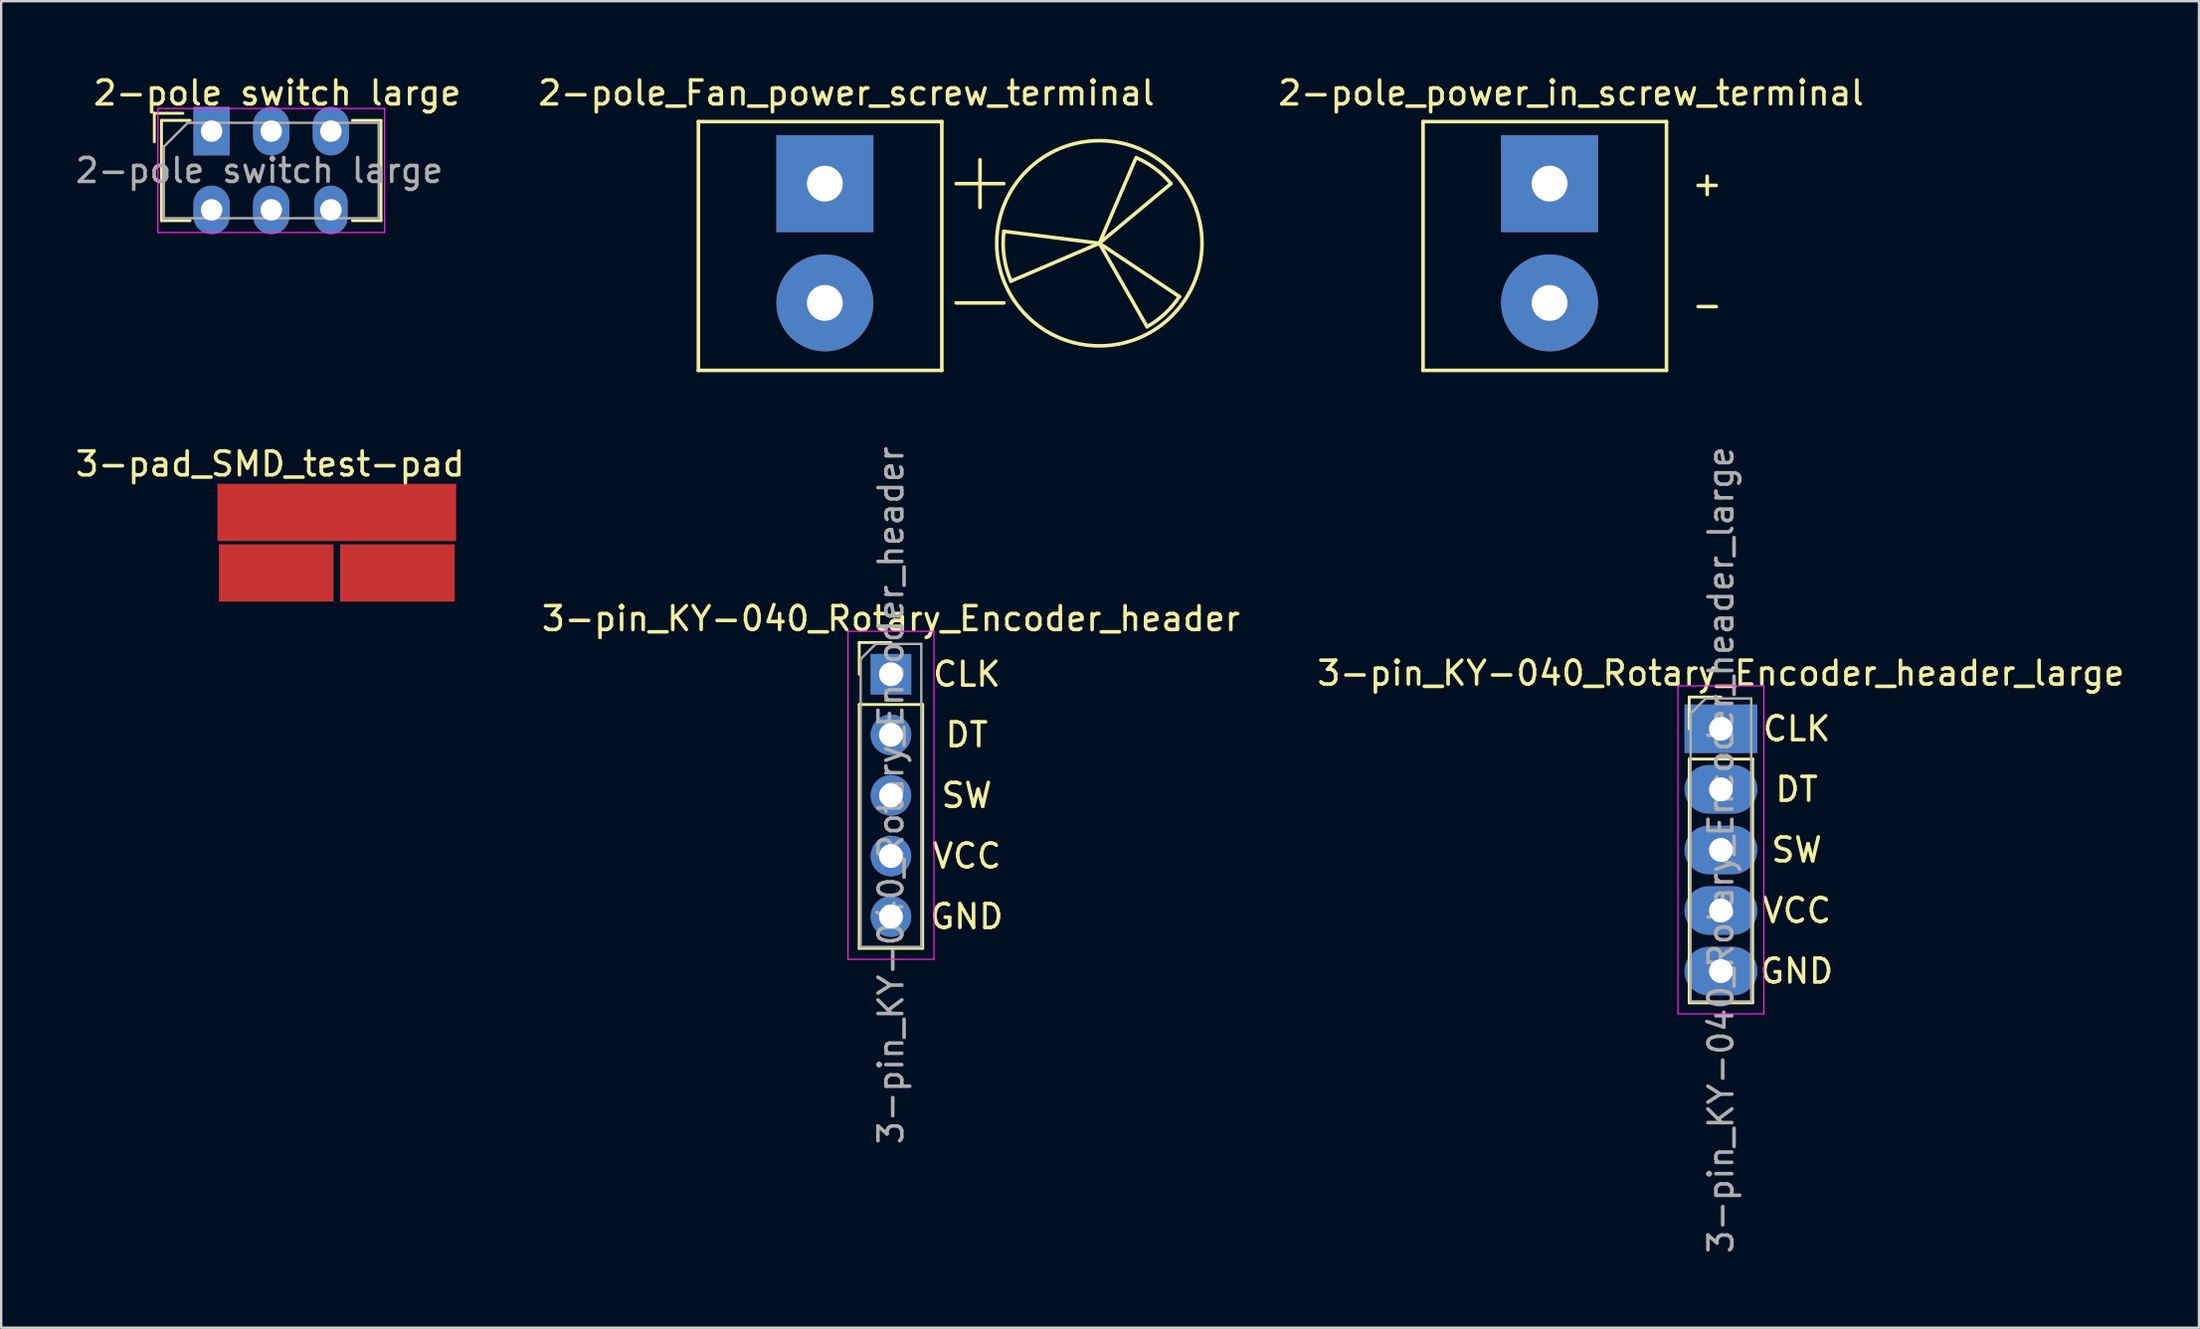
<source format=kicad_pcb>
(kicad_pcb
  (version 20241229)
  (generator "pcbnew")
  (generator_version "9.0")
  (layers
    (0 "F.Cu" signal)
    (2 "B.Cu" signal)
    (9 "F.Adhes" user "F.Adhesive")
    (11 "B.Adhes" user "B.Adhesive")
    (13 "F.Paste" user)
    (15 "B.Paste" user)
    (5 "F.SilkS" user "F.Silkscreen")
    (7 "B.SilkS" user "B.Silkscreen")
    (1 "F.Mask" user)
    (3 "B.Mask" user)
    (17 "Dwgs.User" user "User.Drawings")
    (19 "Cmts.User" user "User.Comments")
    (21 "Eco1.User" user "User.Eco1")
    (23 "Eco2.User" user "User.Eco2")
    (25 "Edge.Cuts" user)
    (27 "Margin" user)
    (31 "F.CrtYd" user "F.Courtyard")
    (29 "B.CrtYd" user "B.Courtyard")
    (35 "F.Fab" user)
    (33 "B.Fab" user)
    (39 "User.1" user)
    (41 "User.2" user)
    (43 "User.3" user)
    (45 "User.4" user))
  (footprint "3-pad_SMD_test-pad"
    (layer "F.Cu")
    (at 11.062 19.701)
    (property "Reference" "3-pad_SMD_test-pad" (at -2.794 -3.302 0) (layer "F.SilkS") (effects (font (size 1 1) (thickness 0.15))))
    (attr through_hole)
    (pad "1" smd rect (at -2.54 1.27) (size 4.8 2.4) (layers "F.Cu" "F.Mask" "F.Paste"))
    (pad "2" smd rect (at 2.54 1.27) (size 4.8 2.4) (layers "F.Cu" "F.Mask" "F.Paste"))
    (pad "3" smd rect (at 0 -1.27) (size 10 2.4) (layers "F.Cu" "F.Mask" "F.Paste")))
  (footprint "3-pin_KY-040_Rotary_Encoder_header"
    (layer "F.Cu")
    (at 34.28 25.215)
    (property "Reference" "3-pin_KY-040_Rotary_Encoder_header" (at 0 -2.33 0) (layer "F.SilkS") (effects (font (size 1 1) (thickness 0.15))))
    (attr through_hole)
    (fp_line (start -1.33 -1.33) (end 0 -1.33) (stroke (width 0.12) (type solid)) (layer "F.SilkS"))
    (fp_line (start -1.33 0) (end -1.33 -1.33) (stroke (width 0.12) (type solid)) (layer "F.SilkS"))
    (fp_line (start -1.33 1.27) (end -1.33 11.49) (stroke (width 0.12) (type solid)) (layer "F.SilkS"))
    (fp_line (start -1.33 1.27) (end 1.33 1.27) (stroke (width 0.12) (type solid)) (layer "F.SilkS"))
    (fp_line (start -1.33 11.49) (end 1.33 11.49) (stroke (width 0.12) (type solid)) (layer "F.SilkS"))
    (fp_line (start 1.33 1.27) (end 1.33 11.49) (stroke (width 0.12) (type solid)) (layer "F.SilkS"))
    (fp_line (start -1.8 -1.8) (end -1.8 11.95) (stroke (width 0.05) (type solid)) (layer "F.CrtYd"))
    (fp_line (start -1.8 11.95) (end 1.8 11.95) (stroke (width 0.05) (type solid)) (layer "F.CrtYd"))
    (fp_line (start 1.8 -1.8) (end -1.8 -1.8) (stroke (width 0.05) (type solid)) (layer "F.CrtYd"))
    (fp_line (start 1.8 11.95) (end 1.8 -1.8) (stroke (width 0.05) (type solid)) (layer "F.CrtYd"))
    (fp_line (start -1.27 -0.635) (end -0.635 -1.27) (stroke (width 0.1) (type solid)) (layer "F.Fab"))
    (fp_line (start -1.27 11.43) (end -1.27 -0.635) (stroke (width 0.1) (type solid)) (layer "F.Fab"))
    (fp_line (start -0.635 -1.27) (end 1.27 -1.27) (stroke (width 0.1) (type solid)) (layer "F.Fab"))
    (fp_line (start 1.27 -1.27) (end 1.27 11.43) (stroke (width 0.1) (type solid)) (layer "F.Fab"))
    (fp_line (start 1.27 11.43) (end -1.27 11.43) (stroke (width 0.1) (type solid)) (layer "F.Fab"))
    (fp_text user "CLK" (at 3.175 0 0) (layer "F.SilkS") (effects (font (size 1 1) (thickness 0.15))))
    (fp_text user "GND" (at 3.175 10.16 0) (layer "F.SilkS") (effects (font (size 1 1) (thickness 0.15))))
    (fp_text user "VCC" (at 3.175 7.62 0) (layer "F.SilkS") (effects (font (size 1 1) (thickness 0.15))))
    (fp_text user "SW" (at 3.175 5.08 0) (layer "F.SilkS") (effects (font (size 1 1) (thickness 0.15))))
    (fp_text user "DT" (at 3.175 2.54 0) (layer "F.SilkS") (effects (font (size 1 1) (thickness 0.15))))
    (fp_text user "${REFERENCE}" (at 0 5.08 90) (layer "F.Fab") (effects (font (size 1 1) (thickness 0.15))))
    (pad "1" thru_hole rect (at 0 0) (size 1.7 1.7) (drill 1) (layers "*.Cu" "*.Mask"))
    (pad "2" thru_hole oval (at 0 2.54) (size 1.7 1.7) (drill 1) (layers "*.Cu" "*.Mask"))
    (pad "3" thru_hole oval (at 0 5.08) (size 1.7 1.7) (drill 1) (layers "*.Cu" "*.Mask"))
    (pad "4" thru_hole oval (at 0 7.62) (size 1.7 1.7) (drill 1) (layers "*.Cu" "*.Mask"))
    (pad "5" thru_hole oval (at 0 10.16) (size 1.7 1.7) (drill 1) (layers "*.Cu" "*.Mask")))
  (footprint "3-pin_KY-040_Rotary_Encoder_header_large"
    (layer "F.Cu")
    (at 69.054 27.501)
    (property "Reference" "3-pin_KY-040_Rotary_Encoder_header_large" (at 0 -2.33 0) (layer "F.SilkS") (effects (font (size 1 1) (thickness 0.15))))
    (attr through_hole)
    (fp_line (start -1.33 -1.33) (end 0 -1.33) (stroke (width 0.12) (type solid)) (layer "F.SilkS"))
    (fp_line (start -1.33 0) (end -1.33 -1.33) (stroke (width 0.12) (type solid)) (layer "F.SilkS"))
    (fp_line (start -1.33 1.27) (end -1.33 11.49) (stroke (width 0.12) (type solid)) (layer "F.SilkS"))
    (fp_line (start -1.33 1.27) (end 1.33 1.27) (stroke (width 0.12) (type solid)) (layer "F.SilkS"))
    (fp_line (start -1.33 11.49) (end 1.33 11.49) (stroke (width 0.12) (type solid)) (layer "F.SilkS"))
    (fp_line (start 1.33 1.27) (end 1.33 11.49) (stroke (width 0.12) (type solid)) (layer "F.SilkS"))
    (fp_line (start -1.8 -1.8) (end -1.8 11.95) (stroke (width 0.05) (type solid)) (layer "F.CrtYd"))
    (fp_line (start -1.8 11.95) (end 1.8 11.95) (stroke (width 0.05) (type solid)) (layer "F.CrtYd"))
    (fp_line (start 1.8 -1.8) (end -1.8 -1.8) (stroke (width 0.05) (type solid)) (layer "F.CrtYd"))
    (fp_line (start 1.8 11.95) (end 1.8 -1.8) (stroke (width 0.05) (type solid)) (layer "F.CrtYd"))
    (fp_line (start -1.27 -0.635) (end -0.635 -1.27) (stroke (width 0.1) (type solid)) (layer "F.Fab"))
    (fp_line (start -1.27 11.43) (end -1.27 -0.635) (stroke (width 0.1) (type solid)) (layer "F.Fab"))
    (fp_line (start -0.635 -1.27) (end 1.27 -1.27) (stroke (width 0.1) (type solid)) (layer "F.Fab"))
    (fp_line (start 1.27 -1.27) (end 1.27 11.43) (stroke (width 0.1) (type solid)) (layer "F.Fab"))
    (fp_line (start 1.27 11.43) (end -1.27 11.43) (stroke (width 0.1) (type solid)) (layer "F.Fab"))
    (fp_text user "CLK" (at 3.175 0 0) (layer "F.SilkS") (effects (font (size 1 1) (thickness 0.15))))
    (fp_text user "SW" (at 3.175 5.08 0) (layer "F.SilkS") (effects (font (size 1 1) (thickness 0.15))))
    (fp_text user "VCC" (at 3.175 7.62 0) (layer "F.SilkS") (effects (font (size 1 1) (thickness 0.15))))
    (fp_text user "GND" (at 3.175 10.16 0) (layer "F.SilkS") (effects (font (size 1 1) (thickness 0.15))))
    (fp_text user "DT" (at 3.175 2.54 0) (layer "F.SilkS") (effects (font (size 1 1) (thickness 0.15))))
    (fp_text user "${REFERENCE}" (at 0 5.08 90) (layer "F.Fab") (effects (font (size 1 1) (thickness 0.15))))
    (pad "1" thru_hole rect (at 0 0) (size 3.048 2.032) (drill 1) (layers "*.Cu" "*.Mask"))
    (pad "2" thru_hole oval (at 0 2.54) (size 3.048 2.032) (drill 1) (layers "*.Cu" "*.Mask"))
    (pad "3" thru_hole oval (at 0 5.08) (size 3.048 2.032) (drill 1) (layers "*.Cu" "*.Mask"))
    (pad "4" thru_hole oval (at 0 7.62) (size 3.048 2.032) (drill 1) (layers "*.Cu" "*.Mask"))
    (pad "5" thru_hole oval (at 0 10.16) (size 3.048 2.032) (drill 1) (layers "*.Cu" "*.Mask")))
  (footprint "2-pole_power_in_screw_terminal"
    (layer "F.Cu")
    (at 61.874 4.648)
    (property "Reference" "2-pole_power_in_screw_terminal" (at 0.9 -3.8 0) (layer "F.SilkS") (effects (font (size 1 1) (thickness 0.15))))
    (attr through_hole)
    (fp_line (start -5.3 -2.6) (end -5.3 7.828) (stroke (width 0.15) (type solid)) (layer "F.SilkS"))
    (fp_line (start -5.3 -2.6) (end 4.9 -2.6) (stroke (width 0.15) (type solid)) (layer "F.SilkS"))
    (fp_line (start 4.9 -2.6) (end 4.9 7.828) (stroke (width 0.15) (type solid)) (layer "F.SilkS"))
    (fp_line (start 4.9 7.828) (end -5.3 7.828) (stroke (width 0.15) (type solid)) (layer "F.SilkS"))
    (fp_text user "+" (at 6.604 0 0) (layer "F.SilkS") (effects (font (size 1 1) (thickness 0.15))))
    (fp_text user "-" (at 6.604 5.08 0) (layer "F.SilkS") (effects (font (size 1 1) (thickness 0.15))))
    (pad "1" thru_hole rect (at 0 0) (size 4.064 4.064) (drill 1.5) (layers "*.Cu" "*.Mask"))
    (pad "2" thru_hole circle (at 0 5) (size 4.064 4.064) (drill 1.5) (layers "*.Cu" "*.Mask")))
  (footprint "2-pole_Fan_power_screw_terminal"
    (layer "F.Cu")
    (at 31.511 4.648)
    (property "Reference" "2-pole_Fan_power_screw_terminal" (at 0.9 -3.8 0) (layer "F.SilkS") (effects (font (size 1 1) (thickness 0.15))))
    (attr through_hole)
    (fp_line (start -5.3 -2.6) (end -5.3 7.828) (stroke (width 0.15) (type solid)) (layer "F.SilkS"))
    (fp_line (start -5.3 -2.6) (end 4.9 -2.6) (stroke (width 0.15) (type solid)) (layer "F.SilkS"))
    (fp_line (start 4.9 -2.6) (end 4.9 7.828) (stroke (width 0.15) (type solid)) (layer "F.SilkS"))
    (fp_line (start 4.9 7.828) (end -5.3 7.828) (stroke (width 0.15) (type solid)) (layer "F.SilkS"))
    (fp_line (start 5.5 0) (end 7.5 0) (stroke (width 0.15) (type solid)) (layer "F.SilkS"))
    (fp_line (start 5.5 5) (end 7.5 5) (stroke (width 0.15) (type solid)) (layer "F.SilkS"))
    (fp_line (start 6.5 1) (end 6.5 -1) (stroke (width 0.15) (type solid)) (layer "F.SilkS"))
    (fp_line (start 11.5 2.5) (end 7.5 2) (stroke (width 0.15) (type solid)) (layer "F.SilkS"))
    (fp_line (start 11.5 2.5) (end 7.795 4.088) (stroke (width 0.15) (type solid)) (layer "F.SilkS"))
    (fp_line (start 11.5 2.5) (end 13.5 6) (stroke (width 0.15) (type solid)) (layer "F.SilkS"))
    (fp_line (start 11.5 2.5) (end 14.5 0) (stroke (width 0.15) (type solid)) (layer "F.SilkS"))
    (fp_line (start 11.5 2.5) (end 14.854 4.736) (stroke (width 0.15) (type solid)) (layer "F.SilkS"))
    (fp_line (start 13 -1) (end 11.5 2.5) (stroke (width 0.15) (type solid)) (layer "F.SilkS"))
    (fp_arc (start 7.794809 4.08794) (mid 7.508464 3.063588) (end 7.500001 2.000001) (stroke (width 0.15) (type solid)) (layer "F.SilkS"))
    (fp_arc (start 13.038304 -1.089375) (mid 13.83361 -0.631175) (end 14.499999 0.000001) (stroke (width 0.15) (type solid)) (layer "F.SilkS"))
    (fp_arc (start 14.854101 4.736068) (mid 14.250632 5.446865) (end 13.499999 5.999999) (stroke (width 0.15) (type solid)) (layer "F.SilkS"))
    (fp_circle (center 11.5 2.5) (end 8 0) (stroke (width 0.15) (type solid)) (fill no) (layer "F.SilkS"))
    (pad "1" thru_hole rect (at 0 0) (size 4.064 4.064) (drill 1.5) (layers "*.Cu" "*.Mask"))
    (pad "2" thru_hole circle (at 0 5) (size 4.064 4.064) (drill 1.5) (layers "*.Cu" "*.Mask")))
  (footprint "2-pole switch large"
    (layer "F.Cu")
    (at 5.815 2.448)
    (property "Reference" "2-pole switch large" (at 2.75 -1.6 0) (layer "F.SilkS") (effects (font (size 1 1) (thickness 0.15))))
    (attr through_hole)
    (fp_line (start -2.4 -0.75) (end -2.4 0.45) (stroke (width 0.12) (type solid)) (layer "F.SilkS"))
    (fp_line (start -2.1 -0.45) (end -2.1 3.75) (stroke (width 0.12) (type solid)) (layer "F.SilkS"))
    (fp_line (start -2.1 3.75) (end -0.9 3.75) (stroke (width 0.12) (type solid)) (layer "F.SilkS"))
    (fp_line (start -1.2 -0.75) (end -2.4 -0.75) (stroke (width 0.12) (type solid)) (layer "F.SilkS"))
    (fp_line (start -0.9 -0.45) (end -2.1 -0.45) (stroke (width 0.12) (type solid)) (layer "F.SilkS"))
    (fp_line (start 5.9 -0.45) (end 7.1 -0.45) (stroke (width 0.12) (type solid)) (layer "F.SilkS"))
    (fp_line (start 7.1 -0.45) (end 7.1 3.75) (stroke (width 0.12) (type solid)) (layer "F.SilkS"))
    (fp_line (start 7.1 3.75) (end 5.9 3.75) (stroke (width 0.12) (type solid)) (layer "F.SilkS"))
    (fp_line (start -2.25 -0.95) (end 7.25 -0.95) (stroke (width 0.05) (type solid)) (layer "F.CrtYd"))
    (fp_line (start -2.25 4.25) (end -2.25 -0.95) (stroke (width 0.05) (type solid)) (layer "F.CrtYd"))
    (fp_line (start 7.25 -0.95) (end 7.25 4.25) (stroke (width 0.05) (type solid)) (layer "F.CrtYd"))
    (fp_line (start 7.25 4.25) (end -2.25 4.25) (stroke (width 0.05) (type solid)) (layer "F.CrtYd"))
    (fp_line (start -2 3.65) (end -2 0.65) (stroke (width 0.1) (type solid)) (layer "F.Fab"))
    (fp_line (start -1 -0.35) (end -2 0.65) (stroke (width 0.1) (type solid)) (layer "F.Fab"))
    (fp_line (start -1 -0.35) (end 7 -0.35) (stroke (width 0.1) (type solid)) (layer "F.Fab"))
    (fp_line (start 7 -0.35) (end 7 3.65) (stroke (width 0.1) (type solid)) (layer "F.Fab"))
    (fp_line (start 7 3.65) (end -2 3.65) (stroke (width 0.1) (type solid)) (layer "F.Fab"))
    (fp_text user "${REFERENCE}" (at 2 1.65 0) (layer "F.Fab") (effects (font (size 1 1) (thickness 0.15))))
    (pad "1" thru_hole rect (at 0 0) (size 1.524 2.032) (drill 0.9) (layers "*.Cu" "*.Mask"))
    (pad "2" thru_hole oval (at 2.5 0) (size 1.524 2.032) (drill 0.9) (layers "*.Cu" "*.Mask"))
    (pad "3" thru_hole oval (at 5 0) (size 1.524 2.032) (drill 0.9) (layers "*.Cu" "*.Mask"))
    (pad "4" thru_hole oval (at 0 3.3) (size 1.524 2.032) (drill 0.9) (layers "*.Cu" "*.Mask"))
    (pad "5" thru_hole oval (at 2.5 3.3) (size 1.524 2.032) (drill 0.9) (layers "*.Cu" "*.Mask"))
    (pad "6" thru_hole oval (at 5 3.3) (size 1.4 2.032) (drill 0.9) (layers "*.Cu" "*.Mask")))
  (gr_rect
    (start -3 -3)
    (end 89.083 52.611)
    (stroke (width 0.1) (type default))
    (fill no)
    (layer "Edge.Cuts")))
</source>
